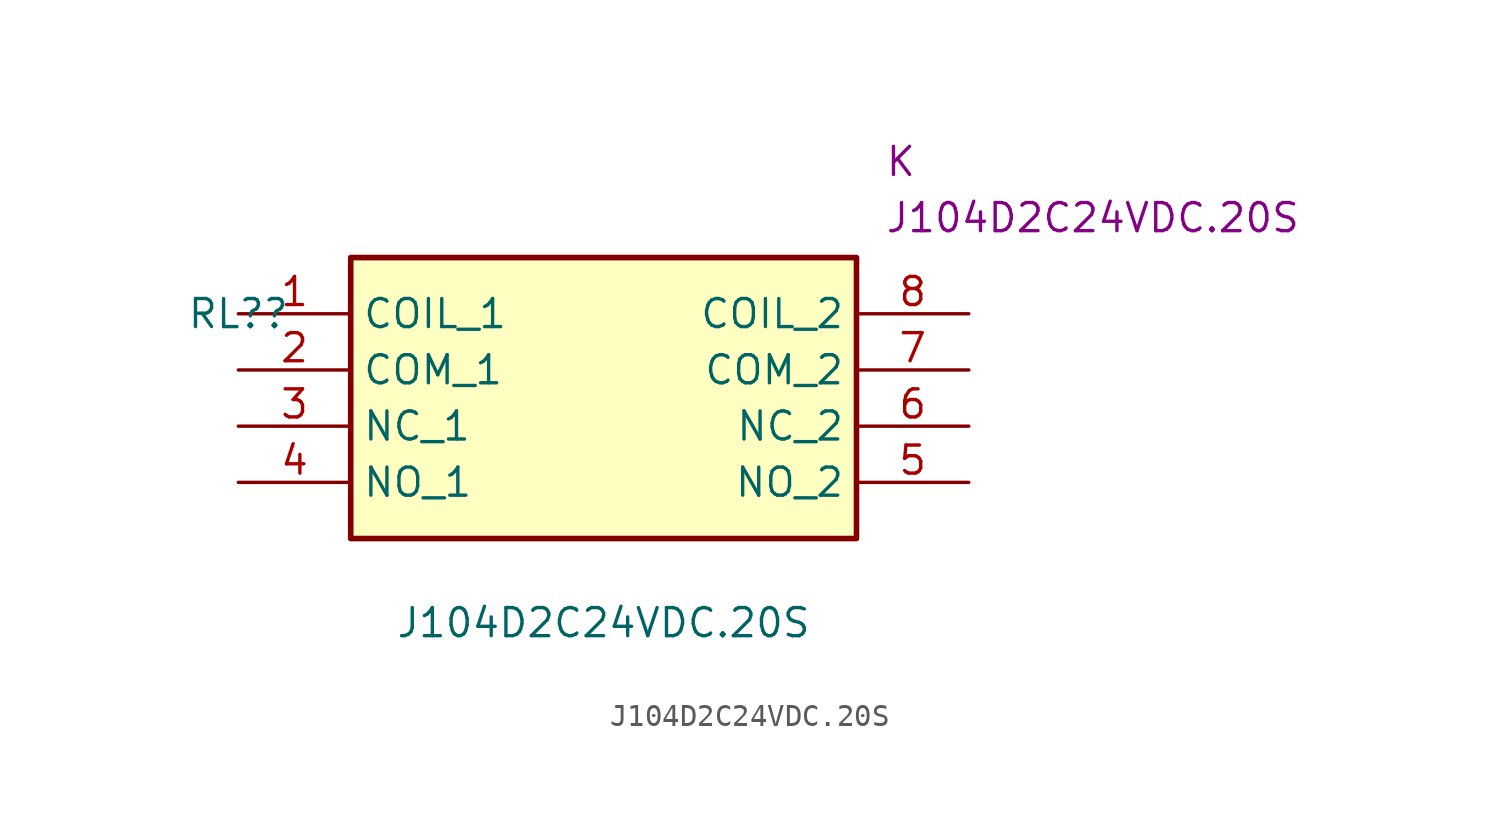
<source format=kicad_sym>
(kicad_symbol_lib
  (version 20220914)
  (generator kicad_symbol_editor)
  (symbol "J104D2C24VDC.20S"
    (property "Reference" "RL?"
      (at 0 0 0)
      (effects (font (size 1.27 1.27))))
    (property "Value" "J104D2C24VDC.20S"
      (at 16.51 -13.97 0)
      (effects (font (size 1.27 1.27))))
    (property "Reference_1" "K"
      (at 29.21 7.62 0)
      (effects (font (size 1.27 1.27)) (justify left top)))
    (property "Value_1" "J104D2C24VDC.20S"
      (at 29.21 5.08 0)
      (effects (font (size 1.27 1.27)) (justify left top)))
    (symbol "J104D2C24VDC.20S_1_1"
      (rectangle (start 5.08 2.54) (end 27.94 -10.16) (stroke (width 0.254) (type default)) (fill (type background)))
      (pin passive line (at 0 0 0) (length 5.08) (name "COIL_1" (effects (font (size 1.27 1.27)))) (number "1" (effects (font (size 1.27 1.27)))))
      (pin passive line (at 0 -2.54 0) (length 5.08) (name "COM_1" (effects (font (size 1.27 1.27)))) (number "2" (effects (font (size 1.27 1.27)))))
      (pin passive line (at 0 -5.08 0) (length 5.08) (name "NC_1" (effects (font (size 1.27 1.27)))) (number "3" (effects (font (size 1.27 1.27)))))
      (pin passive line (at 0 -7.62 0) (length 5.08) (name "NO_1" (effects (font (size 1.27 1.27)))) (number "4" (effects (font (size 1.27 1.27)))))
      (pin passive line (at 33.02 -7.62 180) (length 5.08) (name "NO_2" (effects (font (size 1.27 1.27)))) (number "5" (effects (font (size 1.27 1.27)))))
      (pin passive line (at 33.02 -5.08 180) (length 5.08) (name "NC_2" (effects (font (size 1.27 1.27)))) (number "6" (effects (font (size 1.27 1.27)))))
      (pin passive line (at 33.02 -2.54 180) (length 5.08) (name "COM_2" (effects (font (size 1.27 1.27)))) (number "7" (effects (font (size 1.27 1.27)))))
      (pin passive line (at 33.02 0 180) (length 5.08) (name "COIL_2" (effects (font (size 1.27 1.27)))) (number "8" (effects (font (size 1.27 1.27))))))))
</source>
